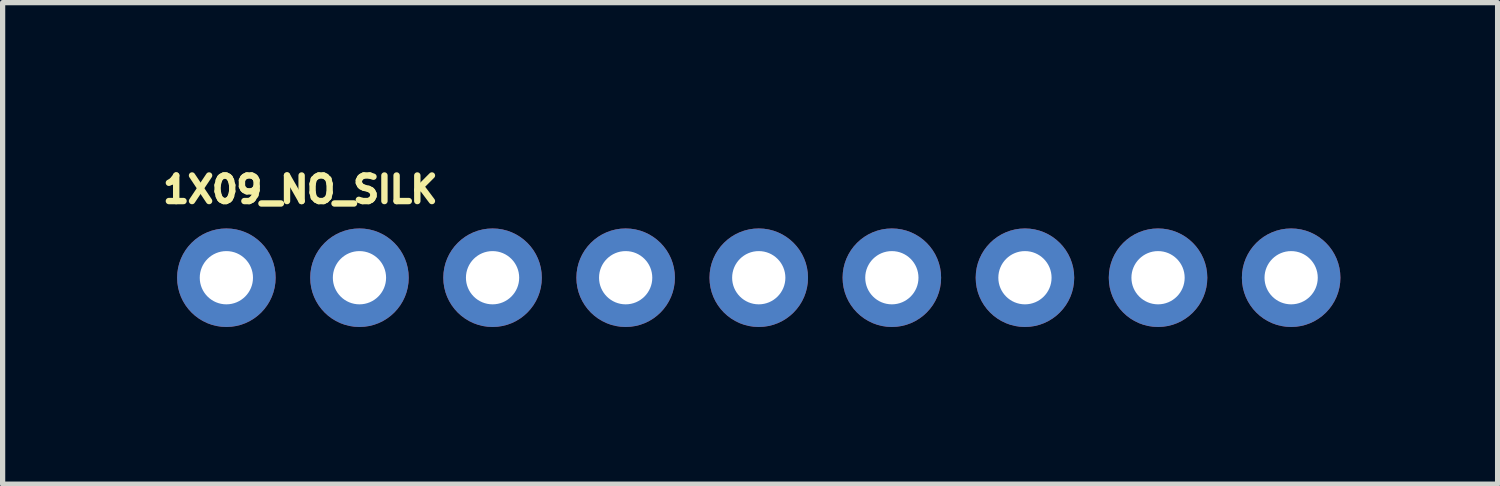
<source format=kicad_pcb>
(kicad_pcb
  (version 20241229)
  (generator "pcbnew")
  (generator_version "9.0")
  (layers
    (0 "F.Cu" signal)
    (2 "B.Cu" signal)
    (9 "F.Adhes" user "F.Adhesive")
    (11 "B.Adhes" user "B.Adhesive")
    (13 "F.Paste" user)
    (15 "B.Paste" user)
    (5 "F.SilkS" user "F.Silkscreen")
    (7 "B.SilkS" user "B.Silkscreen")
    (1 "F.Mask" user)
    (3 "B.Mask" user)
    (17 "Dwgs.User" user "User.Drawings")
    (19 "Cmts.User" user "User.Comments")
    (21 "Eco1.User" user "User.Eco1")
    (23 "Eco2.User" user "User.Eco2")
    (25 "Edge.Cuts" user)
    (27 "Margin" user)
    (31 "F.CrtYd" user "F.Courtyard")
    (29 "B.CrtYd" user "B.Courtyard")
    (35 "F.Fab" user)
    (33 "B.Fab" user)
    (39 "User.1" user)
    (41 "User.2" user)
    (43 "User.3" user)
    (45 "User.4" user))
  (footprint "1X09_NO_SILK"
    (layer "F.Cu")
    (at 1.27 2.25)
    (property "Reference" "1X09_NO_SILK" (at -1.27 -1.397 0) (unlocked yes) (layer "F.SilkS") (effects (font (size 0.488 0.488) (thickness 0.122)) (justify left bottom)))
    (fp_poly (pts (xy -0.254 0.254) (xy 0.254 0.254) (xy 0.254 -0.254) (xy -0.254 -0.254)) (stroke (width 0.1) (type default)) (fill no) (layer "F.Fab"))
    (fp_poly (pts (xy 2.286 0.254) (xy 2.794 0.254) (xy 2.794 -0.254) (xy 2.286 -0.254)) (stroke (width 0.1) (type default)) (fill no) (layer "F.Fab"))
    (fp_poly (pts (xy 4.826 0.254) (xy 5.334 0.254) (xy 5.334 -0.254) (xy 4.826 -0.254)) (stroke (width 0.1) (type default)) (fill no) (layer "F.Fab"))
    (fp_poly (pts (xy 7.366 0.254) (xy 7.874 0.254) (xy 7.874 -0.254) (xy 7.366 -0.254)) (stroke (width 0.1) (type default)) (fill no) (layer "F.Fab"))
    (fp_poly (pts (xy 9.906 0.254) (xy 10.414 0.254) (xy 10.414 -0.254) (xy 9.906 -0.254)) (stroke (width 0.1) (type default)) (fill no) (layer "F.Fab"))
    (fp_poly (pts (xy 12.446 0.254) (xy 12.954 0.254) (xy 12.954 -0.254) (xy 12.446 -0.254)) (stroke (width 0.1) (type default)) (fill no) (layer "F.Fab"))
    (fp_poly (pts (xy 14.986 0.254) (xy 15.494 0.254) (xy 15.494 -0.254) (xy 14.986 -0.254)) (stroke (width 0.1) (type default)) (fill no) (layer "F.Fab"))
    (fp_poly (pts (xy 17.526 0.254) (xy 18.034 0.254) (xy 18.034 -0.254) (xy 17.526 -0.254)) (stroke (width 0.1) (type default)) (fill no) (layer "F.Fab"))
    (fp_poly (pts (xy 20.066 0.254) (xy 20.574 0.254) (xy 20.574 -0.254) (xy 20.066 -0.254)) (stroke (width 0.1) (type default)) (fill no) (layer "F.Fab"))
    (pad "1" thru_hole circle (at 0 0 90) (size 1.88 1.88) (drill 1.016) (layers "*.Cu" "*.Mask"))
    (pad "2" thru_hole circle (at 2.54 0 90) (size 1.88 1.88) (drill 1.016) (layers "*.Cu" "*.Mask"))
    (pad "3" thru_hole circle (at 5.08 0 90) (size 1.88 1.88) (drill 1.016) (layers "*.Cu" "*.Mask"))
    (pad "4" thru_hole circle (at 7.62 0 90) (size 1.88 1.88) (drill 1.016) (layers "*.Cu" "*.Mask"))
    (pad "5" thru_hole circle (at 10.16 0 90) (size 1.88 1.88) (drill 1.016) (layers "*.Cu" "*.Mask"))
    (pad "6" thru_hole circle (at 12.7 0 90) (size 1.88 1.88) (drill 1.016) (layers "*.Cu" "*.Mask"))
    (pad "7" thru_hole circle (at 15.24 0 90) (size 1.88 1.88) (drill 1.016) (layers "*.Cu" "*.Mask"))
    (pad "8" thru_hole circle (at 17.78 0 90) (size 1.88 1.88) (drill 1.016) (layers "*.Cu" "*.Mask"))
    (pad "9" thru_hole circle (at 20.32 0 90) (size 1.88 1.88) (drill 1.016) (layers "*.Cu" "*.Mask")))
  (gr_rect
    (start -3 -3)
    (end 25.53 6.19)
    (stroke (width 0.1) (type default))
    (fill no)
    (layer "Edge.Cuts")))
</source>
